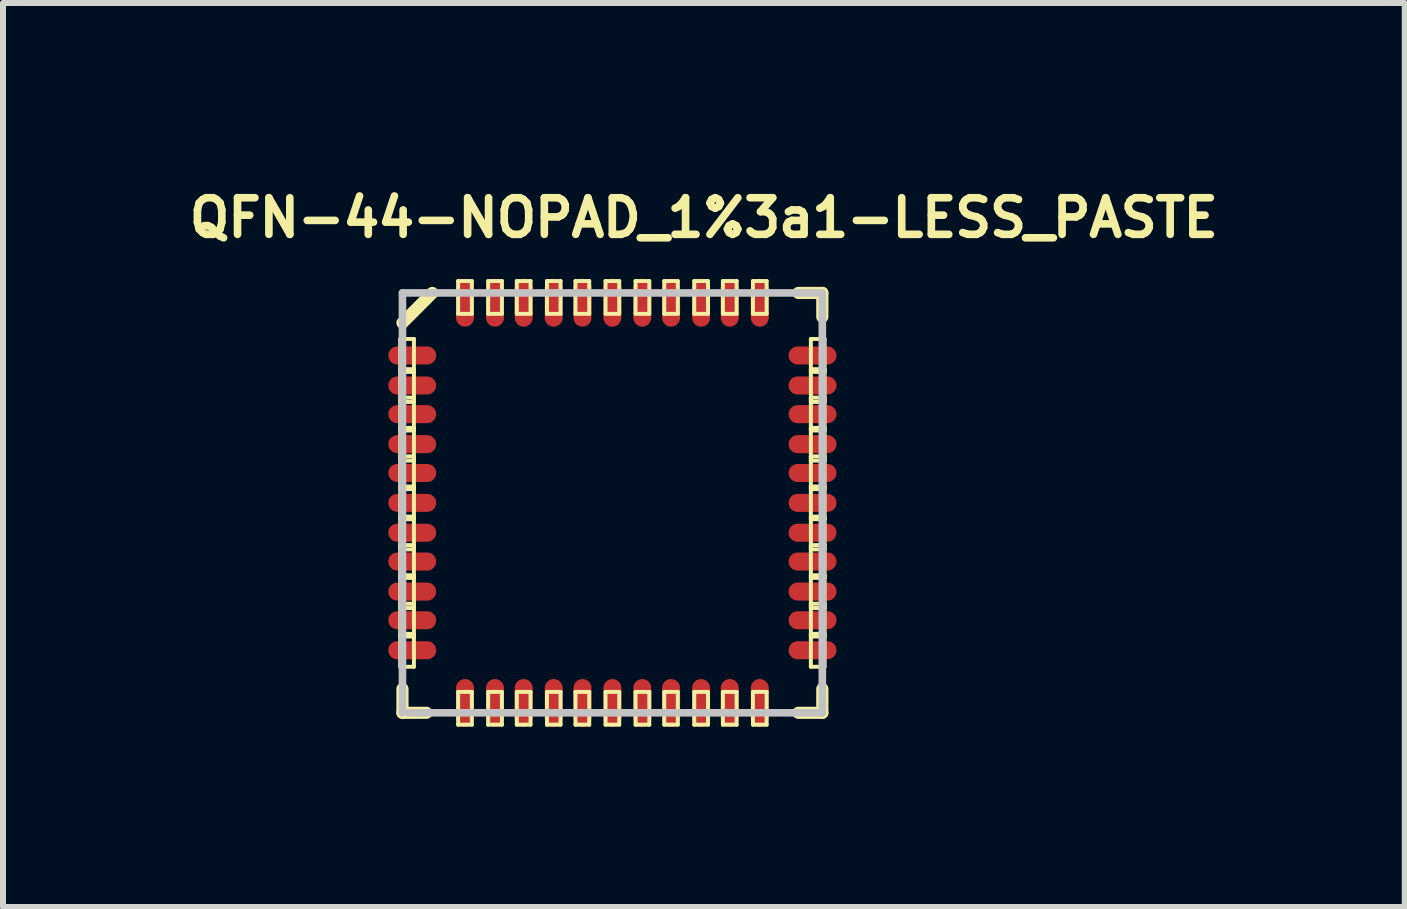
<source format=kicad_pcb>
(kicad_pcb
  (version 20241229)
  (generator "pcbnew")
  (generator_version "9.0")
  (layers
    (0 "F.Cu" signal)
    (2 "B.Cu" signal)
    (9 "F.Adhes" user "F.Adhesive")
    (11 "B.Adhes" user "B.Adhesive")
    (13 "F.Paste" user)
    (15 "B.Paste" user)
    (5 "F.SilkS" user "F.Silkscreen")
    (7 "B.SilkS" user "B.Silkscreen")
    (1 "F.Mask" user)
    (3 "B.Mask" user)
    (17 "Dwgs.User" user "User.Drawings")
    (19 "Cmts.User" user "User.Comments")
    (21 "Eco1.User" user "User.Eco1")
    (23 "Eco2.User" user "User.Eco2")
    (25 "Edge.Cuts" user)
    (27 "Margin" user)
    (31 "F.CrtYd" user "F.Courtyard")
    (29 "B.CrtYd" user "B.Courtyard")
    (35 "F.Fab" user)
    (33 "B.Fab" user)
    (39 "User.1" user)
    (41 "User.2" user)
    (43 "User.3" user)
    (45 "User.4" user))
  (footprint "QFN-44-NOPAD_1%3a1-LESS_PASTE"
    (layer "F.Cu")
    (at 7.154 5.329)
    (property "Reference" "QFN-44-NOPAD_1%3a1-LESS_PASTE" (at 1.524 -4.75 0) (layer "F.SilkS") (effects (font (size 0.61 0.61) (thickness 0.127))))
    (attr smd)
    (fp_line (start -3.536 -2.731) (end -3.307 -2.731) (stroke (width 0.066) (type solid)) (layer "F.SilkS"))
    (fp_line (start -3.536 -2.228) (end -3.307 -2.228) (stroke (width 0.066) (type solid)) (layer "F.SilkS"))
    (fp_line (start -3.536 -2.182) (end -3.536 -2.731) (stroke (width 0.066) (type solid)) (layer "F.SilkS"))
    (fp_line (start -3.536 -2.182) (end -3.307 -2.182) (stroke (width 0.066) (type solid)) (layer "F.SilkS"))
    (fp_line (start -3.536 -1.753) (end -3.307 -1.753) (stroke (width 0.066) (type solid)) (layer "F.SilkS"))
    (fp_line (start -3.536 -1.681) (end -3.536 -2.228) (stroke (width 0.066) (type solid)) (layer "F.SilkS"))
    (fp_line (start -3.536 -1.681) (end -3.307 -1.681) (stroke (width 0.066) (type solid)) (layer "F.SilkS"))
    (fp_line (start -3.536 -1.25) (end -3.307 -1.25) (stroke (width 0.066) (type solid)) (layer "F.SilkS"))
    (fp_line (start -3.536 -1.206) (end -3.536 -1.753) (stroke (width 0.066) (type solid)) (layer "F.SilkS"))
    (fp_line (start -3.536 -1.206) (end -3.307 -1.206) (stroke (width 0.066) (type solid)) (layer "F.SilkS"))
    (fp_line (start -3.536 -0.775) (end -3.307 -0.775) (stroke (width 0.066) (type solid)) (layer "F.SilkS"))
    (fp_line (start -3.536 -0.704) (end -3.536 -1.25) (stroke (width 0.066) (type solid)) (layer "F.SilkS"))
    (fp_line (start -3.536 -0.704) (end -3.307 -0.704) (stroke (width 0.066) (type solid)) (layer "F.SilkS"))
    (fp_line (start -3.536 -0.272) (end -3.307 -0.272) (stroke (width 0.066) (type solid)) (layer "F.SilkS"))
    (fp_line (start -3.536 -0.229) (end -3.536 -0.775) (stroke (width 0.066) (type solid)) (layer "F.SilkS"))
    (fp_line (start -3.536 -0.229) (end -3.307 -0.229) (stroke (width 0.066) (type solid)) (layer "F.SilkS"))
    (fp_line (start -3.536 0.229) (end -3.307 0.229) (stroke (width 0.066) (type solid)) (layer "F.SilkS"))
    (fp_line (start -3.536 0.272) (end -3.536 -0.272) (stroke (width 0.066) (type solid)) (layer "F.SilkS"))
    (fp_line (start -3.536 0.272) (end -3.307 0.272) (stroke (width 0.066) (type solid)) (layer "F.SilkS"))
    (fp_line (start -3.536 0.704) (end -3.307 0.704) (stroke (width 0.066) (type solid)) (layer "F.SilkS"))
    (fp_line (start -3.536 0.775) (end -3.536 0.229) (stroke (width 0.066) (type solid)) (layer "F.SilkS"))
    (fp_line (start -3.536 0.775) (end -3.307 0.775) (stroke (width 0.066) (type solid)) (layer "F.SilkS"))
    (fp_line (start -3.536 1.206) (end -3.307 1.206) (stroke (width 0.066) (type solid)) (layer "F.SilkS"))
    (fp_line (start -3.536 1.25) (end -3.536 0.704) (stroke (width 0.066) (type solid)) (layer "F.SilkS"))
    (fp_line (start -3.536 1.25) (end -3.307 1.25) (stroke (width 0.066) (type solid)) (layer "F.SilkS"))
    (fp_line (start -3.536 1.681) (end -3.307 1.681) (stroke (width 0.066) (type solid)) (layer "F.SilkS"))
    (fp_line (start -3.536 1.753) (end -3.536 1.206) (stroke (width 0.066) (type solid)) (layer "F.SilkS"))
    (fp_line (start -3.536 1.753) (end -3.307 1.753) (stroke (width 0.066) (type solid)) (layer "F.SilkS"))
    (fp_line (start -3.536 2.182) (end -3.307 2.182) (stroke (width 0.066) (type solid)) (layer "F.SilkS"))
    (fp_line (start -3.536 2.228) (end -3.536 1.681) (stroke (width 0.066) (type solid)) (layer "F.SilkS"))
    (fp_line (start -3.536 2.228) (end -3.307 2.228) (stroke (width 0.066) (type solid)) (layer "F.SilkS"))
    (fp_line (start -3.536 2.731) (end -3.536 2.182) (stroke (width 0.066) (type solid)) (layer "F.SilkS"))
    (fp_line (start -3.536 2.731) (end -3.307 2.731) (stroke (width 0.066) (type solid)) (layer "F.SilkS"))
    (fp_line (start -3.498 3.498) (end -3.498 3.099) (stroke (width 0.203) (type solid)) (layer "F.SilkS"))
    (fp_line (start -3.307 -2.182) (end -3.307 -2.731) (stroke (width 0.066) (type solid)) (layer "F.SilkS"))
    (fp_line (start -3.307 -1.681) (end -3.307 -2.228) (stroke (width 0.066) (type solid)) (layer "F.SilkS"))
    (fp_line (start -3.307 -1.206) (end -3.307 -1.753) (stroke (width 0.066) (type solid)) (layer "F.SilkS"))
    (fp_line (start -3.307 -0.704) (end -3.307 -1.25) (stroke (width 0.066) (type solid)) (layer "F.SilkS"))
    (fp_line (start -3.307 -0.229) (end -3.307 -0.775) (stroke (width 0.066) (type solid)) (layer "F.SilkS"))
    (fp_line (start -3.307 0.272) (end -3.307 -0.272) (stroke (width 0.066) (type solid)) (layer "F.SilkS"))
    (fp_line (start -3.307 0.775) (end -3.307 0.229) (stroke (width 0.066) (type solid)) (layer "F.SilkS"))
    (fp_line (start -3.307 1.25) (end -3.307 0.704) (stroke (width 0.066) (type solid)) (layer "F.SilkS"))
    (fp_line (start -3.307 1.753) (end -3.307 1.206) (stroke (width 0.066) (type solid)) (layer "F.SilkS"))
    (fp_line (start -3.307 2.228) (end -3.307 1.681) (stroke (width 0.066) (type solid)) (layer "F.SilkS"))
    (fp_line (start -3.307 2.731) (end -3.307 2.182) (stroke (width 0.066) (type solid)) (layer "F.SilkS"))
    (fp_line (start -3.099 3.498) (end -3.498 3.498) (stroke (width 0.203) (type solid)) (layer "F.SilkS"))
    (fp_line (start -3 -3.498) (end -3.498 -3) (stroke (width 0.203) (type solid)) (layer "F.SilkS"))
    (fp_line (start -2.57 -3.696) (end -2.342 -3.696) (stroke (width 0.066) (type solid)) (layer "F.SilkS"))
    (fp_line (start -2.57 -3.15) (end -2.57 -3.696) (stroke (width 0.066) (type solid)) (layer "F.SilkS"))
    (fp_line (start -2.57 -3.15) (end -2.342 -3.15) (stroke (width 0.066) (type solid)) (layer "F.SilkS"))
    (fp_line (start -2.57 3.15) (end -2.342 3.15) (stroke (width 0.066) (type solid)) (layer "F.SilkS"))
    (fp_line (start -2.57 3.696) (end -2.57 3.15) (stroke (width 0.066) (type solid)) (layer "F.SilkS"))
    (fp_line (start -2.57 3.696) (end -2.342 3.696) (stroke (width 0.066) (type solid)) (layer "F.SilkS"))
    (fp_line (start -2.342 -3.15) (end -2.342 -3.696) (stroke (width 0.066) (type solid)) (layer "F.SilkS"))
    (fp_line (start -2.342 3.696) (end -2.342 3.15) (stroke (width 0.066) (type solid)) (layer "F.SilkS"))
    (fp_line (start -2.07 -3.696) (end -1.841 -3.696) (stroke (width 0.066) (type solid)) (layer "F.SilkS"))
    (fp_line (start -2.07 -3.15) (end -2.07 -3.696) (stroke (width 0.066) (type solid)) (layer "F.SilkS"))
    (fp_line (start -2.07 -3.15) (end -1.841 -3.15) (stroke (width 0.066) (type solid)) (layer "F.SilkS"))
    (fp_line (start -2.07 3.15) (end -1.841 3.15) (stroke (width 0.066) (type solid)) (layer "F.SilkS"))
    (fp_line (start -2.07 3.696) (end -2.07 3.15) (stroke (width 0.066) (type solid)) (layer "F.SilkS"))
    (fp_line (start -2.07 3.696) (end -1.841 3.696) (stroke (width 0.066) (type solid)) (layer "F.SilkS"))
    (fp_line (start -1.841 -3.15) (end -1.841 -3.696) (stroke (width 0.066) (type solid)) (layer "F.SilkS"))
    (fp_line (start -1.841 3.696) (end -1.841 3.15) (stroke (width 0.066) (type solid)) (layer "F.SilkS"))
    (fp_line (start -1.593 -3.696) (end -1.364 -3.696) (stroke (width 0.066) (type solid)) (layer "F.SilkS"))
    (fp_line (start -1.593 -3.15) (end -1.593 -3.696) (stroke (width 0.066) (type solid)) (layer "F.SilkS"))
    (fp_line (start -1.593 -3.15) (end -1.364 -3.15) (stroke (width 0.066) (type solid)) (layer "F.SilkS"))
    (fp_line (start -1.593 3.15) (end -1.364 3.15) (stroke (width 0.066) (type solid)) (layer "F.SilkS"))
    (fp_line (start -1.593 3.696) (end -1.593 3.15) (stroke (width 0.066) (type solid)) (layer "F.SilkS"))
    (fp_line (start -1.593 3.696) (end -1.364 3.696) (stroke (width 0.066) (type solid)) (layer "F.SilkS"))
    (fp_line (start -1.364 -3.15) (end -1.364 -3.696) (stroke (width 0.066) (type solid)) (layer "F.SilkS"))
    (fp_line (start -1.364 3.696) (end -1.364 3.15) (stroke (width 0.066) (type solid)) (layer "F.SilkS"))
    (fp_line (start -1.09 -3.696) (end -0.864 -3.696) (stroke (width 0.066) (type solid)) (layer "F.SilkS"))
    (fp_line (start -1.09 -3.15) (end -1.09 -3.696) (stroke (width 0.066) (type solid)) (layer "F.SilkS"))
    (fp_line (start -1.09 -3.15) (end -0.864 -3.15) (stroke (width 0.066) (type solid)) (layer "F.SilkS"))
    (fp_line (start -1.09 3.15) (end -0.864 3.15) (stroke (width 0.066) (type solid)) (layer "F.SilkS"))
    (fp_line (start -1.09 3.696) (end -1.09 3.15) (stroke (width 0.066) (type solid)) (layer "F.SilkS"))
    (fp_line (start -1.09 3.696) (end -0.864 3.696) (stroke (width 0.066) (type solid)) (layer "F.SilkS"))
    (fp_line (start -0.864 -3.15) (end -0.864 -3.696) (stroke (width 0.066) (type solid)) (layer "F.SilkS"))
    (fp_line (start -0.864 3.696) (end -0.864 3.15) (stroke (width 0.066) (type solid)) (layer "F.SilkS"))
    (fp_line (start -0.615 -3.696) (end -0.386 -3.696) (stroke (width 0.066) (type solid)) (layer "F.SilkS"))
    (fp_line (start -0.615 -3.15) (end -0.615 -3.696) (stroke (width 0.066) (type solid)) (layer "F.SilkS"))
    (fp_line (start -0.615 -3.15) (end -0.386 -3.15) (stroke (width 0.066) (type solid)) (layer "F.SilkS"))
    (fp_line (start -0.615 3.15) (end -0.386 3.15) (stroke (width 0.066) (type solid)) (layer "F.SilkS"))
    (fp_line (start -0.615 3.696) (end -0.615 3.15) (stroke (width 0.066) (type solid)) (layer "F.SilkS"))
    (fp_line (start -0.615 3.696) (end -0.386 3.696) (stroke (width 0.066) (type solid)) (layer "F.SilkS"))
    (fp_line (start -0.386 -3.15) (end -0.386 -3.696) (stroke (width 0.066) (type solid)) (layer "F.SilkS"))
    (fp_line (start -0.386 3.696) (end -0.386 3.15) (stroke (width 0.066) (type solid)) (layer "F.SilkS"))
    (fp_line (start -0.114 -3.696) (end 0.114 -3.696) (stroke (width 0.066) (type solid)) (layer "F.SilkS"))
    (fp_line (start -0.114 -3.15) (end -0.114 -3.696) (stroke (width 0.066) (type solid)) (layer "F.SilkS"))
    (fp_line (start -0.114 -3.15) (end 0.114 -3.15) (stroke (width 0.066) (type solid)) (layer "F.SilkS"))
    (fp_line (start -0.114 3.15) (end 0.114 3.15) (stroke (width 0.066) (type solid)) (layer "F.SilkS"))
    (fp_line (start -0.114 3.696) (end -0.114 3.15) (stroke (width 0.066) (type solid)) (layer "F.SilkS"))
    (fp_line (start -0.114 3.696) (end 0.114 3.696) (stroke (width 0.066) (type solid)) (layer "F.SilkS"))
    (fp_line (start 0.114 -3.15) (end 0.114 -3.696) (stroke (width 0.066) (type solid)) (layer "F.SilkS"))
    (fp_line (start 0.114 3.696) (end 0.114 3.15) (stroke (width 0.066) (type solid)) (layer "F.SilkS"))
    (fp_line (start 0.386 -3.696) (end 0.615 -3.696) (stroke (width 0.066) (type solid)) (layer "F.SilkS"))
    (fp_line (start 0.386 -3.15) (end 0.386 -3.696) (stroke (width 0.066) (type solid)) (layer "F.SilkS"))
    (fp_line (start 0.386 -3.15) (end 0.615 -3.15) (stroke (width 0.066) (type solid)) (layer "F.SilkS"))
    (fp_line (start 0.386 3.15) (end 0.615 3.15) (stroke (width 0.066) (type solid)) (layer "F.SilkS"))
    (fp_line (start 0.386 3.696) (end 0.386 3.15) (stroke (width 0.066) (type solid)) (layer "F.SilkS"))
    (fp_line (start 0.386 3.696) (end 0.615 3.696) (stroke (width 0.066) (type solid)) (layer "F.SilkS"))
    (fp_line (start 0.615 -3.15) (end 0.615 -3.696) (stroke (width 0.066) (type solid)) (layer "F.SilkS"))
    (fp_line (start 0.615 3.696) (end 0.615 3.15) (stroke (width 0.066) (type solid)) (layer "F.SilkS"))
    (fp_line (start 0.864 -3.696) (end 1.09 -3.696) (stroke (width 0.066) (type solid)) (layer "F.SilkS"))
    (fp_line (start 0.864 -3.15) (end 0.864 -3.696) (stroke (width 0.066) (type solid)) (layer "F.SilkS"))
    (fp_line (start 0.864 -3.15) (end 1.09 -3.15) (stroke (width 0.066) (type solid)) (layer "F.SilkS"))
    (fp_line (start 0.864 3.15) (end 1.09 3.15) (stroke (width 0.066) (type solid)) (layer "F.SilkS"))
    (fp_line (start 0.864 3.696) (end 0.864 3.15) (stroke (width 0.066) (type solid)) (layer "F.SilkS"))
    (fp_line (start 0.864 3.696) (end 1.09 3.696) (stroke (width 0.066) (type solid)) (layer "F.SilkS"))
    (fp_line (start 1.09 -3.15) (end 1.09 -3.696) (stroke (width 0.066) (type solid)) (layer "F.SilkS"))
    (fp_line (start 1.09 3.696) (end 1.09 3.15) (stroke (width 0.066) (type solid)) (layer "F.SilkS"))
    (fp_line (start 1.364 -3.696) (end 1.593 -3.696) (stroke (width 0.066) (type solid)) (layer "F.SilkS"))
    (fp_line (start 1.364 -3.15) (end 1.364 -3.696) (stroke (width 0.066) (type solid)) (layer "F.SilkS"))
    (fp_line (start 1.364 -3.15) (end 1.593 -3.15) (stroke (width 0.066) (type solid)) (layer "F.SilkS"))
    (fp_line (start 1.364 3.15) (end 1.593 3.15) (stroke (width 0.066) (type solid)) (layer "F.SilkS"))
    (fp_line (start 1.364 3.696) (end 1.364 3.15) (stroke (width 0.066) (type solid)) (layer "F.SilkS"))
    (fp_line (start 1.364 3.696) (end 1.593 3.696) (stroke (width 0.066) (type solid)) (layer "F.SilkS"))
    (fp_line (start 1.593 -3.15) (end 1.593 -3.696) (stroke (width 0.066) (type solid)) (layer "F.SilkS"))
    (fp_line (start 1.593 3.696) (end 1.593 3.15) (stroke (width 0.066) (type solid)) (layer "F.SilkS"))
    (fp_line (start 1.841 -3.696) (end 2.07 -3.696) (stroke (width 0.066) (type solid)) (layer "F.SilkS"))
    (fp_line (start 1.841 -3.15) (end 1.841 -3.696) (stroke (width 0.066) (type solid)) (layer "F.SilkS"))
    (fp_line (start 1.841 -3.15) (end 2.07 -3.15) (stroke (width 0.066) (type solid)) (layer "F.SilkS"))
    (fp_line (start 1.841 3.15) (end 2.07 3.15) (stroke (width 0.066) (type solid)) (layer "F.SilkS"))
    (fp_line (start 1.841 3.696) (end 1.841 3.15) (stroke (width 0.066) (type solid)) (layer "F.SilkS"))
    (fp_line (start 1.841 3.696) (end 2.07 3.696) (stroke (width 0.066) (type solid)) (layer "F.SilkS"))
    (fp_line (start 2.07 -3.15) (end 2.07 -3.696) (stroke (width 0.066) (type solid)) (layer "F.SilkS"))
    (fp_line (start 2.07 3.696) (end 2.07 3.15) (stroke (width 0.066) (type solid)) (layer "F.SilkS"))
    (fp_line (start 2.342 -3.696) (end 2.57 -3.696) (stroke (width 0.066) (type solid)) (layer "F.SilkS"))
    (fp_line (start 2.342 -3.15) (end 2.342 -3.696) (stroke (width 0.066) (type solid)) (layer "F.SilkS"))
    (fp_line (start 2.342 -3.15) (end 2.57 -3.15) (stroke (width 0.066) (type solid)) (layer "F.SilkS"))
    (fp_line (start 2.342 3.15) (end 2.57 3.15) (stroke (width 0.066) (type solid)) (layer "F.SilkS"))
    (fp_line (start 2.342 3.696) (end 2.342 3.15) (stroke (width 0.066) (type solid)) (layer "F.SilkS"))
    (fp_line (start 2.342 3.696) (end 2.57 3.696) (stroke (width 0.066) (type solid)) (layer "F.SilkS"))
    (fp_line (start 2.57 -3.15) (end 2.57 -3.696) (stroke (width 0.066) (type solid)) (layer "F.SilkS"))
    (fp_line (start 2.57 3.696) (end 2.57 3.15) (stroke (width 0.066) (type solid)) (layer "F.SilkS"))
    (fp_line (start 3.099 3.498) (end 3.498 3.498) (stroke (width 0.203) (type solid)) (layer "F.SilkS"))
    (fp_line (start 3.307 -2.731) (end 3.536 -2.731) (stroke (width 0.066) (type solid)) (layer "F.SilkS"))
    (fp_line (start 3.307 -2.228) (end 3.536 -2.228) (stroke (width 0.066) (type solid)) (layer "F.SilkS"))
    (fp_line (start 3.307 -2.182) (end 3.307 -2.731) (stroke (width 0.066) (type solid)) (layer "F.SilkS"))
    (fp_line (start 3.307 -2.182) (end 3.536 -2.182) (stroke (width 0.066) (type solid)) (layer "F.SilkS"))
    (fp_line (start 3.307 -1.753) (end 3.536 -1.753) (stroke (width 0.066) (type solid)) (layer "F.SilkS"))
    (fp_line (start 3.307 -1.681) (end 3.307 -2.228) (stroke (width 0.066) (type solid)) (layer "F.SilkS"))
    (fp_line (start 3.307 -1.681) (end 3.536 -1.681) (stroke (width 0.066) (type solid)) (layer "F.SilkS"))
    (fp_line (start 3.307 -1.25) (end 3.536 -1.25) (stroke (width 0.066) (type solid)) (layer "F.SilkS"))
    (fp_line (start 3.307 -1.206) (end 3.307 -1.753) (stroke (width 0.066) (type solid)) (layer "F.SilkS"))
    (fp_line (start 3.307 -1.206) (end 3.536 -1.206) (stroke (width 0.066) (type solid)) (layer "F.SilkS"))
    (fp_line (start 3.307 -0.775) (end 3.536 -0.775) (stroke (width 0.066) (type solid)) (layer "F.SilkS"))
    (fp_line (start 3.307 -0.704) (end 3.307 -1.25) (stroke (width 0.066) (type solid)) (layer "F.SilkS"))
    (fp_line (start 3.307 -0.704) (end 3.536 -0.704) (stroke (width 0.066) (type solid)) (layer "F.SilkS"))
    (fp_line (start 3.307 -0.272) (end 3.536 -0.272) (stroke (width 0.066) (type solid)) (layer "F.SilkS"))
    (fp_line (start 3.307 -0.229) (end 3.307 -0.775) (stroke (width 0.066) (type solid)) (layer "F.SilkS"))
    (fp_line (start 3.307 -0.229) (end 3.536 -0.229) (stroke (width 0.066) (type solid)) (layer "F.SilkS"))
    (fp_line (start 3.307 0.229) (end 3.536 0.229) (stroke (width 0.066) (type solid)) (layer "F.SilkS"))
    (fp_line (start 3.307 0.272) (end 3.307 -0.272) (stroke (width 0.066) (type solid)) (layer "F.SilkS"))
    (fp_line (start 3.307 0.272) (end 3.536 0.272) (stroke (width 0.066) (type solid)) (layer "F.SilkS"))
    (fp_line (start 3.307 0.704) (end 3.536 0.704) (stroke (width 0.066) (type solid)) (layer "F.SilkS"))
    (fp_line (start 3.307 0.775) (end 3.307 0.229) (stroke (width 0.066) (type solid)) (layer "F.SilkS"))
    (fp_line (start 3.307 0.775) (end 3.536 0.775) (stroke (width 0.066) (type solid)) (layer "F.SilkS"))
    (fp_line (start 3.307 1.206) (end 3.536 1.206) (stroke (width 0.066) (type solid)) (layer "F.SilkS"))
    (fp_line (start 3.307 1.25) (end 3.307 0.704) (stroke (width 0.066) (type solid)) (layer "F.SilkS"))
    (fp_line (start 3.307 1.25) (end 3.536 1.25) (stroke (width 0.066) (type solid)) (layer "F.SilkS"))
    (fp_line (start 3.307 1.681) (end 3.536 1.681) (stroke (width 0.066) (type solid)) (layer "F.SilkS"))
    (fp_line (start 3.307 1.753) (end 3.307 1.206) (stroke (width 0.066) (type solid)) (layer "F.SilkS"))
    (fp_line (start 3.307 1.753) (end 3.536 1.753) (stroke (width 0.066) (type solid)) (layer "F.SilkS"))
    (fp_line (start 3.307 2.182) (end 3.536 2.182) (stroke (width 0.066) (type solid)) (layer "F.SilkS"))
    (fp_line (start 3.307 2.228) (end 3.307 1.681) (stroke (width 0.066) (type solid)) (layer "F.SilkS"))
    (fp_line (start 3.307 2.228) (end 3.536 2.228) (stroke (width 0.066) (type solid)) (layer "F.SilkS"))
    (fp_line (start 3.307 2.731) (end 3.307 2.182) (stroke (width 0.066) (type solid)) (layer "F.SilkS"))
    (fp_line (start 3.307 2.731) (end 3.536 2.731) (stroke (width 0.066) (type solid)) (layer "F.SilkS"))
    (fp_line (start 3.498 -3.498) (end 3.099 -3.498) (stroke (width 0.203) (type solid)) (layer "F.SilkS"))
    (fp_line (start 3.498 -3.099) (end 3.498 -3.498) (stroke (width 0.203) (type solid)) (layer "F.SilkS"))
    (fp_line (start 3.498 3.099) (end 3.498 3.498) (stroke (width 0.203) (type solid)) (layer "F.SilkS"))
    (fp_line (start 3.536 -2.182) (end 3.536 -2.731) (stroke (width 0.066) (type solid)) (layer "F.SilkS"))
    (fp_line (start 3.536 -1.681) (end 3.536 -2.228) (stroke (width 0.066) (type solid)) (layer "F.SilkS"))
    (fp_line (start 3.536 -1.206) (end 3.536 -1.753) (stroke (width 0.066) (type solid)) (layer "F.SilkS"))
    (fp_line (start 3.536 -0.704) (end 3.536 -1.25) (stroke (width 0.066) (type solid)) (layer "F.SilkS"))
    (fp_line (start 3.536 -0.229) (end 3.536 -0.775) (stroke (width 0.066) (type solid)) (layer "F.SilkS"))
    (fp_line (start 3.536 0.272) (end 3.536 -0.272) (stroke (width 0.066) (type solid)) (layer "F.SilkS"))
    (fp_line (start 3.536 0.775) (end 3.536 0.229) (stroke (width 0.066) (type solid)) (layer "F.SilkS"))
    (fp_line (start 3.536 1.25) (end 3.536 0.704) (stroke (width 0.066) (type solid)) (layer "F.SilkS"))
    (fp_line (start 3.536 1.753) (end 3.536 1.206) (stroke (width 0.066) (type solid)) (layer "F.SilkS"))
    (fp_line (start 3.536 2.228) (end 3.536 1.681) (stroke (width 0.066) (type solid)) (layer "F.SilkS"))
    (fp_line (start 3.536 2.731) (end 3.536 2.182) (stroke (width 0.066) (type solid)) (layer "F.SilkS"))
    (fp_line (start -3.498 -3.498) (end -3.498 3.498) (stroke (width 0.127) (type solid)) (layer "Dwgs.User"))
    (fp_line (start -3.399 3.498) (end 3.498 3.498) (stroke (width 0.127) (type solid)) (layer "Dwgs.User"))
    (fp_line (start 3.498 -3.498) (end -3.498 -3.498) (stroke (width 0.127) (type solid)) (layer "Dwgs.User"))
    (fp_line (start 3.498 3.498) (end 3.498 -3.498) (stroke (width 0.127) (type solid)) (layer "Dwgs.User"))
    (pad "1" smd oval (at -3.335 -2.456 180) (size 0.798 0.3) (layers "F.Cu" "F.Mask" "F.Paste"))
    (pad "2" smd oval (at -3.335 -1.956 180) (size 0.798 0.3) (layers "F.Cu" "F.Mask" "F.Paste"))
    (pad "3" smd oval (at -3.335 -1.478 180) (size 0.798 0.3) (layers "F.Cu" "F.Mask" "F.Paste"))
    (pad "4" smd oval (at -3.335 -0.978 180) (size 0.798 0.3) (layers "F.Cu" "F.Mask" "F.Paste"))
    (pad "5" smd oval (at -3.335 -0.498 180) (size 0.798 0.3) (layers "F.Cu" "F.Mask" "F.Paste"))
    (pad "6" smd oval (at -3.335 0 180) (size 0.798 0.3) (layers "F.Cu" "F.Mask" "F.Paste"))
    (pad "7" smd oval (at -3.335 0.498) (size 0.798 0.3) (layers "F.Cu" "F.Mask" "F.Paste"))
    (pad "8" smd oval (at -3.335 0.978) (size 0.798 0.3) (layers "F.Cu" "F.Mask" "F.Paste"))
    (pad "9" smd oval (at -3.335 1.478) (size 0.798 0.3) (layers "F.Cu" "F.Mask" "F.Paste"))
    (pad "10" smd oval (at -3.335 1.956) (size 0.798 0.3) (layers "F.Cu" "F.Mask" "F.Paste"))
    (pad "11" smd oval (at -3.335 2.456) (size 0.798 0.3) (layers "F.Cu" "F.Mask" "F.Paste"))
    (pad "12" smd oval (at -2.456 3.335 270) (size 0.798 0.3) (layers "F.Cu" "F.Mask" "F.Paste"))
    (pad "13" smd oval (at -1.956 3.335 270) (size 0.798 0.3) (layers "F.Cu" "F.Mask" "F.Paste"))
    (pad "14" smd oval (at -1.478 3.335 270) (size 0.798 0.3) (layers "F.Cu" "F.Mask" "F.Paste"))
    (pad "15" smd oval (at -0.978 3.335 270) (size 0.798 0.3) (layers "F.Cu" "F.Mask" "F.Paste"))
    (pad "16" smd oval (at -0.498 3.335 270) (size 0.798 0.3) (layers "F.Cu" "F.Mask" "F.Paste"))
    (pad "17" smd oval (at 0 3.335 270) (size 0.798 0.3) (layers "F.Cu" "F.Mask" "F.Paste"))
    (pad "18" smd oval (at 0.498 3.335 90) (size 0.798 0.3) (layers "F.Cu" "F.Mask" "F.Paste"))
    (pad "19" smd oval (at 0.978 3.335 90) (size 0.798 0.3) (layers "F.Cu" "F.Mask" "F.Paste"))
    (pad "20" smd oval (at 1.478 3.335 90) (size 0.798 0.3) (layers "F.Cu" "F.Mask" "F.Paste"))
    (pad "21" smd oval (at 1.956 3.335 90) (size 0.798 0.3) (layers "F.Cu" "F.Mask" "F.Paste"))
    (pad "22" smd oval (at 2.456 3.335 90) (size 0.798 0.3) (layers "F.Cu" "F.Mask" "F.Paste"))
    (pad "23" smd oval (at 3.335 2.456) (size 0.798 0.3) (layers "F.Cu" "F.Mask" "F.Paste"))
    (pad "24" smd oval (at 3.335 1.956) (size 0.798 0.3) (layers "F.Cu" "F.Mask" "F.Paste"))
    (pad "25" smd oval (at 3.335 1.478) (size 0.798 0.3) (layers "F.Cu" "F.Mask" "F.Paste"))
    (pad "26" smd oval (at 3.335 0.978) (size 0.798 0.3) (layers "F.Cu" "F.Mask" "F.Paste"))
    (pad "27" smd oval (at 3.335 0.498) (size 0.798 0.3) (layers "F.Cu" "F.Mask" "F.Paste"))
    (pad "28" smd oval (at 3.335 0) (size 0.798 0.3) (layers "F.Cu" "F.Mask" "F.Paste"))
    (pad "29" smd oval (at 3.335 -0.498 180) (size 0.798 0.3) (layers "F.Cu" "F.Mask" "F.Paste"))
    (pad "30" smd oval (at 3.335 -0.978 180) (size 0.798 0.3) (layers "F.Cu" "F.Mask" "F.Paste"))
    (pad "31" smd oval (at 3.335 -1.478 180) (size 0.798 0.3) (layers "F.Cu" "F.Mask" "F.Paste"))
    (pad "32" smd oval (at 3.335 -1.956 180) (size 0.798 0.3) (layers "F.Cu" "F.Mask" "F.Paste"))
    (pad "33" smd oval (at 3.335 -2.456 180) (size 0.798 0.3) (layers "F.Cu" "F.Mask" "F.Paste"))
    (pad "34" smd oval (at 2.456 -3.335 90) (size 0.798 0.3) (layers "F.Cu" "F.Mask" "F.Paste"))
    (pad "35" smd oval (at 1.956 -3.335 90) (size 0.798 0.3) (layers "F.Cu" "F.Mask" "F.Paste"))
    (pad "36" smd oval (at 1.478 -3.335 90) (size 0.798 0.3) (layers "F.Cu" "F.Mask" "F.Paste"))
    (pad "37" smd oval (at 0.978 -3.335 90) (size 0.798 0.3) (layers "F.Cu" "F.Mask" "F.Paste"))
    (pad "38" smd oval (at 0.498 -3.335 90) (size 0.798 0.3) (layers "F.Cu" "F.Mask" "F.Paste"))
    (pad "39" smd oval (at 0 -3.335 90) (size 0.798 0.3) (layers "F.Cu" "F.Mask" "F.Paste"))
    (pad "40" smd oval (at -0.498 -3.335 270) (size 0.798 0.3) (layers "F.Cu" "F.Mask" "F.Paste"))
    (pad "41" smd oval (at -0.978 -3.335 270) (size 0.798 0.3) (layers "F.Cu" "F.Mask" "F.Paste"))
    (pad "42" smd oval (at -1.478 -3.335 270) (size 0.798 0.3) (layers "F.Cu" "F.Mask" "F.Paste"))
    (pad "43" smd oval (at -1.956 -3.335 270) (size 0.798 0.3) (layers "F.Cu" "F.Mask" "F.Paste"))
    (pad "44" smd oval (at -2.456 -3.335 270) (size 0.798 0.3) (layers "F.Cu" "F.Mask" "F.Paste")))
  (gr_rect
    (start -3 -3)
    (end 20.357 12.063)
    (stroke (width 0.1) (type default))
    (fill no)
    (layer "Edge.Cuts")))
</source>
